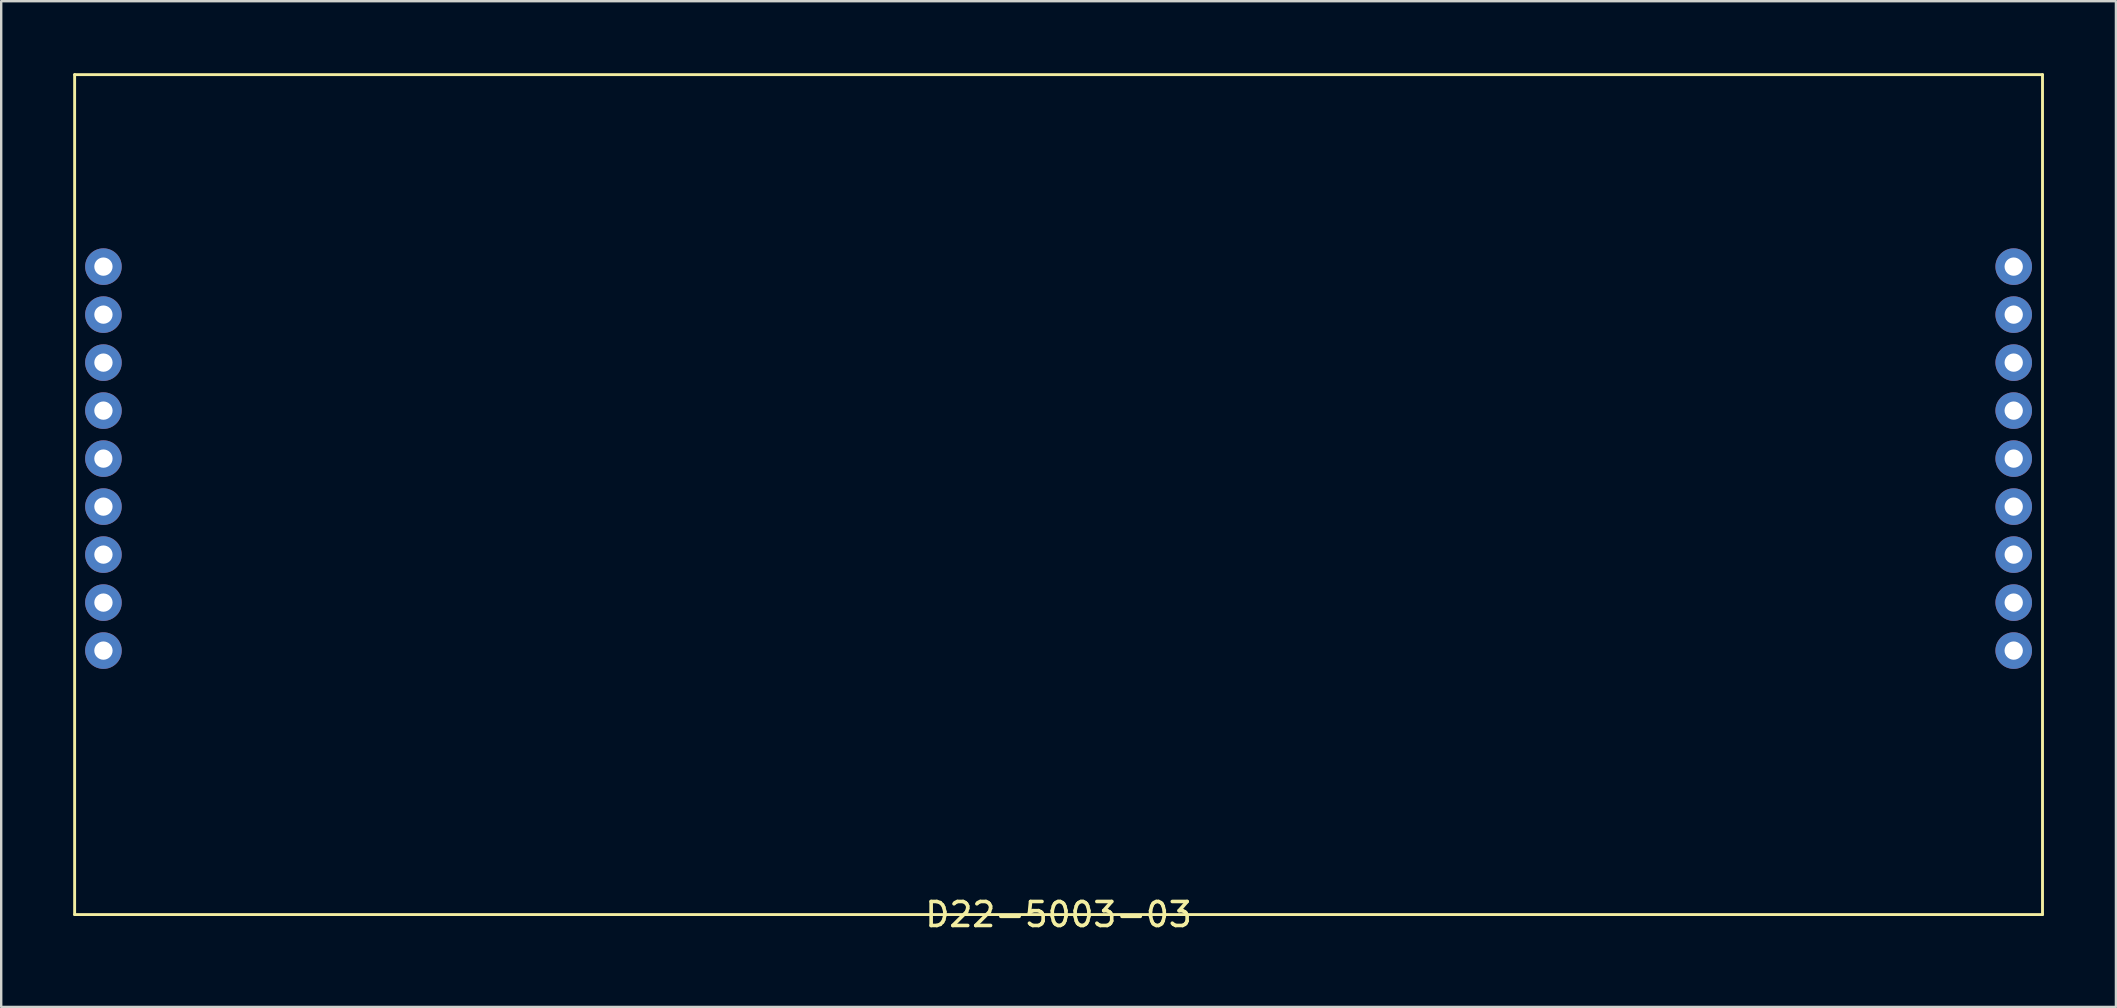
<source format=kicad_pcb>
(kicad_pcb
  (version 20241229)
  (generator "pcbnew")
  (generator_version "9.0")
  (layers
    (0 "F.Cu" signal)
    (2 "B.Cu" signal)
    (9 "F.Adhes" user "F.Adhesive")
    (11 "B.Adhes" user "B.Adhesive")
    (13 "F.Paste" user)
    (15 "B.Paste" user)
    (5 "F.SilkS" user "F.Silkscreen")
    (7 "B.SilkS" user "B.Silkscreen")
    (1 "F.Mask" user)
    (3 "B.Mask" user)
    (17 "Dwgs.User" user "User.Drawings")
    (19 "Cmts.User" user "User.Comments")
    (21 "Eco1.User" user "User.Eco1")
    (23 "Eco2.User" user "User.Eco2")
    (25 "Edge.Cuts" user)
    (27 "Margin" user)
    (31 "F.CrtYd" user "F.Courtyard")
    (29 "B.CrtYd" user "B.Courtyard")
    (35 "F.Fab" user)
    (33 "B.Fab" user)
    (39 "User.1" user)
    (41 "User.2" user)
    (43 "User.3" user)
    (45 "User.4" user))
  (footprint "D22-5003-03"
    (layer "F.Cu")
    (at 41.06 16.06)
    (property "Reference" "D22-5003-03" (at 0 19 0) (layer "F.SilkS") (effects (font (size 1 1) (thickness 0.15))))
    (attr through_hole)
    (fp_line (start -41 -16) (end -41 19) (stroke (width 0.12) (type solid)) (layer "F.SilkS"))
    (fp_line (start -41 19) (end 41 19) (stroke (width 0.12) (type solid)) (layer "F.SilkS"))
    (fp_line (start 41 -16) (end -41 -16) (stroke (width 0.12) (type solid)) (layer "F.SilkS"))
    (fp_line (start 41 19) (end 41 -16) (stroke (width 0.12) (type solid)) (layer "F.SilkS"))
    (pad "1" thru_hole circle (at 39.8 -8) (size 1.524 1.524) (drill 0.762) (layers "*.Cu" "*.Mask"))
    (pad "2" thru_hole circle (at 39.8 -6) (size 1.524 1.524) (drill 0.762) (layers "*.Cu" "*.Mask"))
    (pad "3" thru_hole circle (at 39.8 -4) (size 1.524 1.524) (drill 0.762) (layers "*.Cu" "*.Mask"))
    (pad "4" thru_hole circle (at 39.8 -2) (size 1.524 1.524) (drill 0.762) (layers "*.Cu" "*.Mask"))
    (pad "5" thru_hole circle (at 39.8 0) (size 1.524 1.524) (drill 0.762) (layers "*.Cu" "*.Mask"))
    (pad "6" thru_hole circle (at 39.8 2) (size 1.524 1.524) (drill 0.762) (layers "*.Cu" "*.Mask"))
    (pad "7" thru_hole circle (at 39.8 4) (size 1.524 1.524) (drill 0.762) (layers "*.Cu" "*.Mask"))
    (pad "8" thru_hole circle (at 39.8 6) (size 1.524 1.524) (drill 0.762) (layers "*.Cu" "*.Mask"))
    (pad "9" thru_hole circle (at 39.8 8) (size 1.524 1.524) (drill 0.762) (layers "*.Cu" "*.Mask"))
    (pad "10" thru_hole circle (at -39.8 -8) (size 1.524 1.524) (drill 0.762) (layers "*.Cu" "*.Mask"))
    (pad "11" thru_hole circle (at -39.8 -6) (size 1.524 1.524) (drill 0.762) (layers "*.Cu" "*.Mask"))
    (pad "12" thru_hole circle (at -39.8 -4) (size 1.524 1.524) (drill 0.762) (layers "*.Cu" "*.Mask"))
    (pad "13" thru_hole circle (at -39.8 -2) (size 1.524 1.524) (drill 0.762) (layers "*.Cu" "*.Mask"))
    (pad "14" thru_hole circle (at -39.8 0) (size 1.524 1.524) (drill 0.762) (layers "*.Cu" "*.Mask"))
    (pad "15" thru_hole circle (at -39.8 2) (size 1.524 1.524) (drill 0.762) (layers "*.Cu" "*.Mask"))
    (pad "16" thru_hole circle (at -39.8 4) (size 1.524 1.524) (drill 0.762) (layers "*.Cu" "*.Mask"))
    (pad "17" thru_hole circle (at -39.8 6) (size 1.524 1.524) (drill 0.762) (layers "*.Cu" "*.Mask"))
    (pad "18" thru_hole circle (at -39.8 8) (size 1.524 1.524) (drill 0.762) (layers "*.Cu" "*.Mask")))
  (gr_rect
    (start -3 -3)
    (end 85.12 38.908)
    (stroke (width 0.1) (type default))
    (fill no)
    (layer "Edge.Cuts")))
</source>
